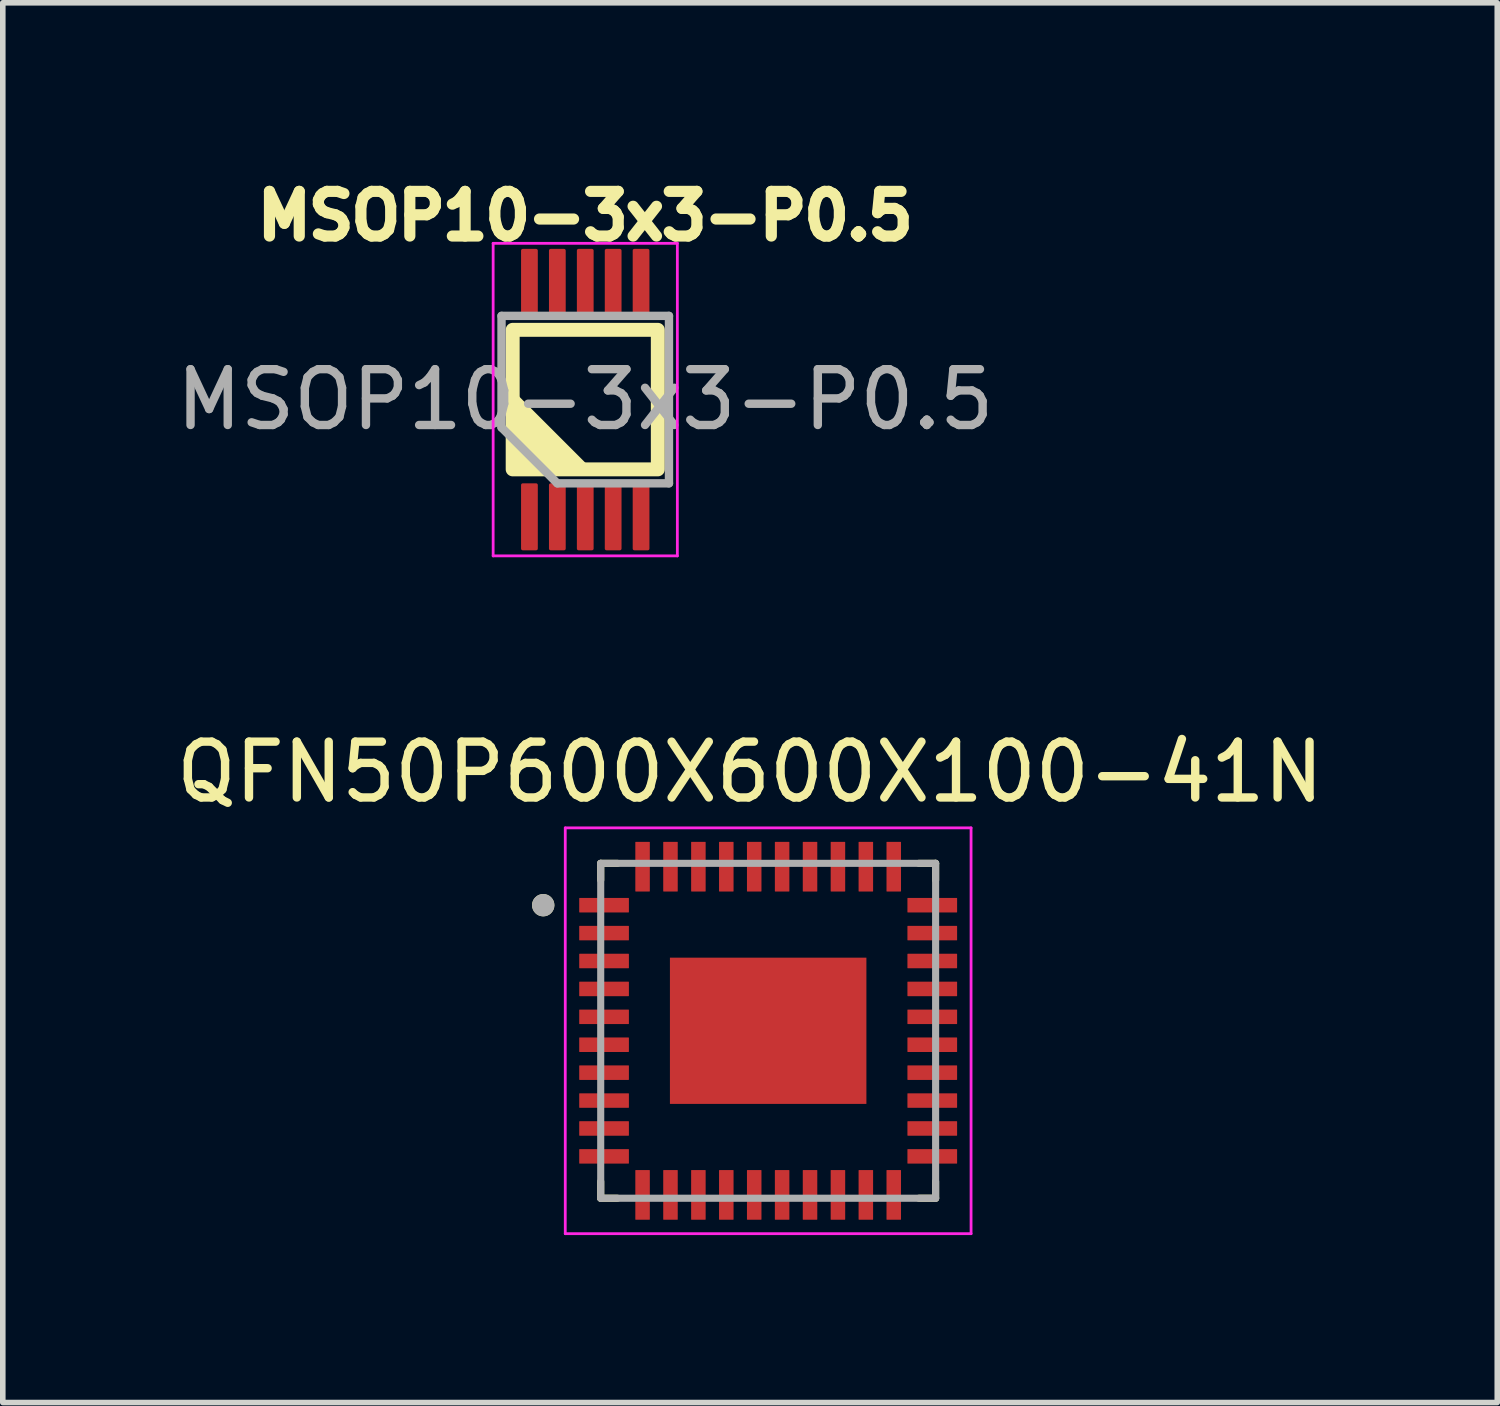
<source format=kicad_pcb>
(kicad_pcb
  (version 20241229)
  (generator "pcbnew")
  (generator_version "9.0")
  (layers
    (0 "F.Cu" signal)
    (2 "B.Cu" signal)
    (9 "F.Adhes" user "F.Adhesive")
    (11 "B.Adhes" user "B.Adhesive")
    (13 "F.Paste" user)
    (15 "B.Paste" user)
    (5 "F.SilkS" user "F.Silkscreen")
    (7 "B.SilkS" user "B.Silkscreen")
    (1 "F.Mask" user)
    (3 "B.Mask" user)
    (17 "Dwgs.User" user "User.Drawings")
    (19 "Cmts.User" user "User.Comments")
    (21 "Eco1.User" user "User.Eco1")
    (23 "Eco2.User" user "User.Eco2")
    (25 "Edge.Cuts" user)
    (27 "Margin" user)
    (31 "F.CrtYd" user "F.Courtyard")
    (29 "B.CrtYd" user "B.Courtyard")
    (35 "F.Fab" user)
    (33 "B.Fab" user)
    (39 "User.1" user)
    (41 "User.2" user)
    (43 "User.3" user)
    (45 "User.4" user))
  (footprint "MSOP10-3x3-P0.5"
    (layer "F.Cu")
    (at 7.435 4.109)
    (property "Reference" "MSOP10-3x3-P0.5" (at 0 -3.29 0) (unlocked yes) (layer "F.SilkS") (effects (font (size 0.8 0.8) (thickness 0.2) (bold yes))))
    (attr smd)
    (fp_rect (start -1.3 1.25) (end 1.3 -1.25) (stroke (width 0.25) (type default)) (fill no) (layer "F.SilkS"))
    (fp_poly (pts (xy -1.3 -0.1) (xy -1.3 1.25) (xy 0.05 1.25)) (stroke (width 0.1) (type solid)) (fill yes) (layer "F.SilkS"))
    (fp_line (start -1.65 -2.8) (end 1.65 -2.8) (stroke (width 0.05) (type solid)) (layer "F.CrtYd"))
    (fp_line (start -1.65 2.8) (end -1.65 -2.8) (stroke (width 0.05) (type solid)) (layer "F.CrtYd"))
    (fp_line (start -1.65 2.8) (end 1.65 2.8) (stroke (width 0.05) (type solid)) (layer "F.CrtYd"))
    (fp_line (start 1.65 2.8) (end 1.65 -2.8) (stroke (width 0.05) (type solid)) (layer "F.CrtYd"))
    (fp_line (start -1.5 -1.5) (end 1.5 -1.5) (stroke (width 0.15) (type solid)) (layer "F.Fab"))
    (fp_line (start -1.5 0.5) (end -1.5 -1.5) (stroke (width 0.15) (type solid)) (layer "F.Fab"))
    (fp_line (start -0.5 1.5) (end -1.5 0.5) (stroke (width 0.15) (type solid)) (layer "F.Fab"))
    (fp_line (start 1.5 -1.5) (end 1.5 1.5) (stroke (width 0.15) (type solid)) (layer "F.Fab"))
    (fp_line (start 1.5 1.5) (end -0.5 1.5) (stroke (width 0.15) (type solid)) (layer "F.Fab"))
    (fp_text user "${REFERENCE}" (at 0 0 0) (unlocked yes) (layer "F.Fab") (effects (font (size 1 1) (thickness 0.15))))
    (pad "1" smd roundrect (at -1 2.1 90) (size 1.2 0.3) (layers "F.Cu" "F.Mask" "F.Paste") (roundrect_rratio 0.1))
    (pad "2" smd roundrect (at -0.5 2.1 90) (size 1.2 0.3) (layers "F.Cu" "F.Mask" "F.Paste") (roundrect_rratio 0.1))
    (pad "3" smd roundrect (at 0 2.1 90) (size 1.2 0.3) (layers "F.Cu" "F.Mask" "F.Paste") (roundrect_rratio 0.1))
    (pad "4" smd roundrect (at 0.5 2.1 90) (size 1.2 0.3) (layers "F.Cu" "F.Mask" "F.Paste") (roundrect_rratio 0.1))
    (pad "5" smd roundrect (at 1 2.1 90) (size 1.2 0.3) (layers "F.Cu" "F.Mask" "F.Paste") (roundrect_rratio 0.1))
    (pad "6" smd roundrect (at 1 -2.1 90) (size 1.2 0.3) (layers "F.Cu" "F.Mask" "F.Paste") (roundrect_rratio 0.1))
    (pad "7" smd roundrect (at 0.5 -2.1 90) (size 1.2 0.3) (layers "F.Cu" "F.Mask" "F.Paste") (roundrect_rratio 0.1))
    (pad "8" smd roundrect (at 0 -2.1 90) (size 1.2 0.3) (layers "F.Cu" "F.Mask" "F.Paste") (roundrect_rratio 0.1))
    (pad "9" smd roundrect (at -0.5 -2.1 90) (size 1.2 0.3) (layers "F.Cu" "F.Mask" "F.Paste") (roundrect_rratio 0.1))
    (pad "10" smd roundrect (at -1 -2.1 90) (size 1.2 0.3) (layers "F.Cu" "F.Mask" "F.Paste") (roundrect_rratio 0.1)))
  (footprint "QFN50P600X600X100-41N"
    (layer "F.Cu")
    (at 10.712 15.417)
    (property "Reference" "QFN50P600X600X100-41N" (at -0.325 -4.635 0) (layer "F.SilkS") (effects (font (size 1 1) (thickness 0.15))))
    (attr smd)
    (fp_line (start -3 -3) (end -3 -2.7) (stroke (width 0.127) (type solid)) (layer "F.SilkS"))
    (fp_line (start -3 -3) (end -2.7 -3) (stroke (width 0.127) (type solid)) (layer "F.SilkS"))
    (fp_line (start -3 3) (end -3 2.7) (stroke (width 0.127) (type solid)) (layer "F.SilkS"))
    (fp_line (start -3 3) (end -2.7 3) (stroke (width 0.127) (type solid)) (layer "F.SilkS"))
    (fp_line (start 3 -3) (end 2.7 -3) (stroke (width 0.127) (type solid)) (layer "F.SilkS"))
    (fp_line (start 3 -3) (end 3 -2.7) (stroke (width 0.127) (type solid)) (layer "F.SilkS"))
    (fp_line (start 3 3) (end 2.7 3) (stroke (width 0.127) (type solid)) (layer "F.SilkS"))
    (fp_line (start 3 3) (end 3 2.7) (stroke (width 0.127) (type solid)) (layer "F.SilkS"))
    (fp_circle (center -4.03 -2.25) (end -3.93 -2.25) (stroke (width 0.2) (type solid)) (fill no) (layer "F.SilkS"))
    (fp_poly (pts (xy -1.11 -0.83) (xy 1.11 -0.83) (xy 1.11 0.83) (xy -1.11 0.83)) (stroke (width 0.01) (type solid)) (fill yes) (layer "F.Paste"))
    (fp_line (start -3.635 -3.635) (end 3.635 -3.635) (stroke (width 0.05) (type solid)) (layer "F.CrtYd"))
    (fp_line (start -3.635 3.635) (end -3.635 -3.635) (stroke (width 0.05) (type solid)) (layer "F.CrtYd"))
    (fp_line (start -3.635 3.635) (end 3.635 3.635) (stroke (width 0.05) (type solid)) (layer "F.CrtYd"))
    (fp_line (start 3.635 3.635) (end 3.635 -3.635) (stroke (width 0.05) (type solid)) (layer "F.CrtYd"))
    (fp_line (start -3 3) (end -3 -3) (stroke (width 0.127) (type solid)) (layer "F.Fab"))
    (fp_line (start 3 -3) (end -3 -3) (stroke (width 0.127) (type solid)) (layer "F.Fab"))
    (fp_line (start 3 3) (end -3 3) (stroke (width 0.127) (type solid)) (layer "F.Fab"))
    (fp_line (start 3 3) (end 3 -3) (stroke (width 0.127) (type solid)) (layer "F.Fab"))
    (fp_circle (center -4.03 -2.25) (end -3.93 -2.25) (stroke (width 0.2) (type solid)) (fill no) (layer "F.Fab"))
    (pad "1" smd roundrect (at -2.94 -2.25) (size 0.89 0.26) (layers "F.Cu" "F.Mask" "F.Paste") (roundrect_rratio 0.03))
    (pad "2" smd roundrect (at -2.94 -1.75) (size 0.89 0.26) (layers "F.Cu" "F.Mask" "F.Paste") (roundrect_rratio 0.03))
    (pad "3" smd roundrect (at -2.94 -1.25) (size 0.89 0.26) (layers "F.Cu" "F.Mask" "F.Paste") (roundrect_rratio 0.03))
    (pad "4" smd roundrect (at -2.94 -0.75) (size 0.89 0.26) (layers "F.Cu" "F.Mask" "F.Paste") (roundrect_rratio 0.03))
    (pad "5" smd roundrect (at -2.94 -0.25) (size 0.89 0.26) (layers "F.Cu" "F.Mask" "F.Paste") (roundrect_rratio 0.03))
    (pad "6" smd roundrect (at -2.94 0.25) (size 0.89 0.26) (layers "F.Cu" "F.Mask" "F.Paste") (roundrect_rratio 0.03))
    (pad "7" smd roundrect (at -2.94 0.75) (size 0.89 0.26) (layers "F.Cu" "F.Mask" "F.Paste") (roundrect_rratio 0.03))
    (pad "8" smd roundrect (at -2.94 1.25) (size 0.89 0.26) (layers "F.Cu" "F.Mask" "F.Paste") (roundrect_rratio 0.03))
    (pad "9" smd roundrect (at -2.94 1.75) (size 0.89 0.26) (layers "F.Cu" "F.Mask" "F.Paste") (roundrect_rratio 0.03))
    (pad "10" smd roundrect (at -2.94 2.25) (size 0.89 0.26) (layers "F.Cu" "F.Mask" "F.Paste") (roundrect_rratio 0.03))
    (pad "11" smd roundrect (at -2.25 2.94 90) (size 0.89 0.26) (layers "F.Cu" "F.Mask" "F.Paste") (roundrect_rratio 0.03))
    (pad "12" smd roundrect (at -1.75 2.94 90) (size 0.89 0.26) (layers "F.Cu" "F.Mask" "F.Paste") (roundrect_rratio 0.03))
    (pad "13" smd roundrect (at -1.25 2.94 90) (size 0.89 0.26) (layers "F.Cu" "F.Mask" "F.Paste") (roundrect_rratio 0.03))
    (pad "14" smd roundrect (at -0.75 2.94 90) (size 0.89 0.26) (layers "F.Cu" "F.Mask" "F.Paste") (roundrect_rratio 0.03))
    (pad "15" smd roundrect (at -0.25 2.94 90) (size 0.89 0.26) (layers "F.Cu" "F.Mask" "F.Paste") (roundrect_rratio 0.03))
    (pad "16" smd roundrect (at 0.25 2.94 90) (size 0.89 0.26) (layers "F.Cu" "F.Mask" "F.Paste") (roundrect_rratio 0.03))
    (pad "17" smd roundrect (at 0.75 2.94 90) (size 0.89 0.26) (layers "F.Cu" "F.Mask" "F.Paste") (roundrect_rratio 0.03))
    (pad "18" smd roundrect (at 1.25 2.94 90) (size 0.89 0.26) (layers "F.Cu" "F.Mask" "F.Paste") (roundrect_rratio 0.03))
    (pad "19" smd roundrect (at 1.75 2.94 90) (size 0.89 0.26) (layers "F.Cu" "F.Mask" "F.Paste") (roundrect_rratio 0.03))
    (pad "20" smd roundrect (at 2.25 2.94 90) (size 0.89 0.26) (layers "F.Cu" "F.Mask" "F.Paste") (roundrect_rratio 0.03))
    (pad "21" smd roundrect (at 2.94 2.25) (size 0.89 0.26) (layers "F.Cu" "F.Mask" "F.Paste") (roundrect_rratio 0.03))
    (pad "22" smd roundrect (at 2.94 1.75) (size 0.89 0.26) (layers "F.Cu" "F.Mask" "F.Paste") (roundrect_rratio 0.03))
    (pad "23" smd roundrect (at 2.94 1.25) (size 0.89 0.26) (layers "F.Cu" "F.Mask" "F.Paste") (roundrect_rratio 0.03))
    (pad "24" smd roundrect (at 2.94 0.75) (size 0.89 0.26) (layers "F.Cu" "F.Mask" "F.Paste") (roundrect_rratio 0.03))
    (pad "25" smd roundrect (at 2.94 0.25) (size 0.89 0.26) (layers "F.Cu" "F.Mask" "F.Paste") (roundrect_rratio 0.03))
    (pad "26" smd roundrect (at 2.94 -0.25) (size 0.89 0.26) (layers "F.Cu" "F.Mask" "F.Paste") (roundrect_rratio 0.03))
    (pad "27" smd roundrect (at 2.94 -0.75) (size 0.89 0.26) (layers "F.Cu" "F.Mask" "F.Paste") (roundrect_rratio 0.03))
    (pad "28" smd roundrect (at 2.94 -1.25) (size 0.89 0.26) (layers "F.Cu" "F.Mask" "F.Paste") (roundrect_rratio 0.03))
    (pad "29" smd roundrect (at 2.94 -1.75) (size 0.89 0.26) (layers "F.Cu" "F.Mask" "F.Paste") (roundrect_rratio 0.03))
    (pad "30" smd roundrect (at 2.94 -2.25) (size 0.89 0.26) (layers "F.Cu" "F.Mask" "F.Paste") (roundrect_rratio 0.03))
    (pad "31" smd roundrect (at 2.25 -2.94 90) (size 0.89 0.26) (layers "F.Cu" "F.Mask" "F.Paste") (roundrect_rratio 0.03))
    (pad "32" smd roundrect (at 1.75 -2.94 90) (size 0.89 0.26) (layers "F.Cu" "F.Mask" "F.Paste") (roundrect_rratio 0.03))
    (pad "33" smd roundrect (at 1.25 -2.94 90) (size 0.89 0.26) (layers "F.Cu" "F.Mask" "F.Paste") (roundrect_rratio 0.03))
    (pad "34" smd roundrect (at 0.75 -2.94 90) (size 0.89 0.26) (layers "F.Cu" "F.Mask" "F.Paste") (roundrect_rratio 0.03))
    (pad "35" smd roundrect (at 0.25 -2.94 90) (size 0.89 0.26) (layers "F.Cu" "F.Mask" "F.Paste") (roundrect_rratio 0.03))
    (pad "36" smd roundrect (at -0.25 -2.94 90) (size 0.89 0.26) (layers "F.Cu" "F.Mask" "F.Paste") (roundrect_rratio 0.03))
    (pad "37" smd roundrect (at -0.75 -2.94 90) (size 0.89 0.26) (layers "F.Cu" "F.Mask" "F.Paste") (roundrect_rratio 0.03))
    (pad "38" smd roundrect (at -1.25 -2.94 90) (size 0.89 0.26) (layers "F.Cu" "F.Mask" "F.Paste") (roundrect_rratio 0.03))
    (pad "39" smd roundrect (at -1.75 -2.94 90) (size 0.89 0.26) (layers "F.Cu" "F.Mask" "F.Paste") (roundrect_rratio 0.03))
    (pad "40" smd roundrect (at -2.25 -2.94 90) (size 0.89 0.26) (layers "F.Cu" "F.Mask" "F.Paste") (roundrect_rratio 0.03))
    (pad "41" smd rect (at 0 0) (size 3.52 2.62) (layers "F.Cu" "F.Mask")))
  (gr_rect
    (start -3 -3)
    (end 23.774 22.077)
    (stroke (width 0.1) (type default))
    (fill no)
    (layer "Edge.Cuts")))
</source>
